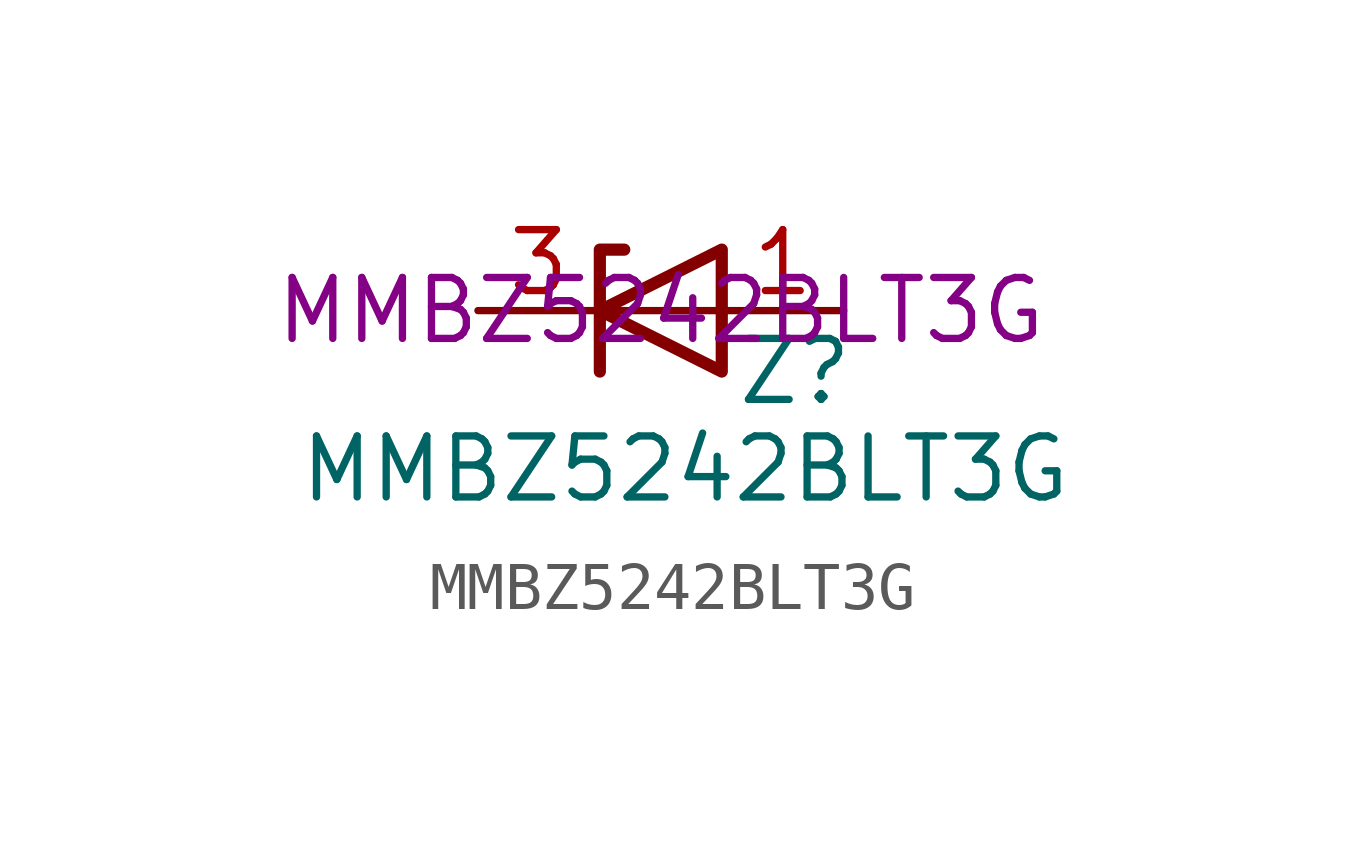
<source format=kicad_sym>
(kicad_symbol_lib
  (version 20220914)
  (generator kicad_symbol_editor)
  (symbol "MMBZ5242BLT3G"
    (property "Reference" "Z"
      (at 2.794 -1.27 0)
      (effects (font (size 1.27 1.27))))
    (property "Value" "MMBZ5242BLT3G"
      (at 0.508 -3.302 0)
      (effects (font (size 1.27 1.27))))
    (property "Model" "MMBZ5242BLT3G"
      (at 0 0 0)
      (effects (font (size 1.27 1.27))))
    (symbol "MMBZ5242BLT3G_0_1"
      (polyline (pts (xy 1.27 0) (xy -1.27 0)) (stroke (width 0) (type default)) (fill (type none)))
      (polyline (pts (xy -1.27 -1.27) (xy -1.27 1.27) (xy -0.762 1.27)) (stroke (width 0.254) (type default)) (fill (type none)))
      (polyline (pts (xy 1.27 -1.27) (xy 1.27 1.27) (xy -1.27 0) (xy 1.27 -1.27)) (stroke (width 0.254) (type default)) (fill (type none))))
    (symbol "MMBZ5242BLT3G_1_1"
      (pin passive line (at 3.81 0 180) (length 2.54) (name "" (effects (font (size 1.27 1.27)))) (number "1" (effects (font (size 1.27 1.27)))))
      (pin passive line (at -3.81 0 0) (length 2.54) (name "" (effects (font (size 1.27 1.27)))) (number "3" (effects (font (size 1.27 1.27))))))))
</source>
